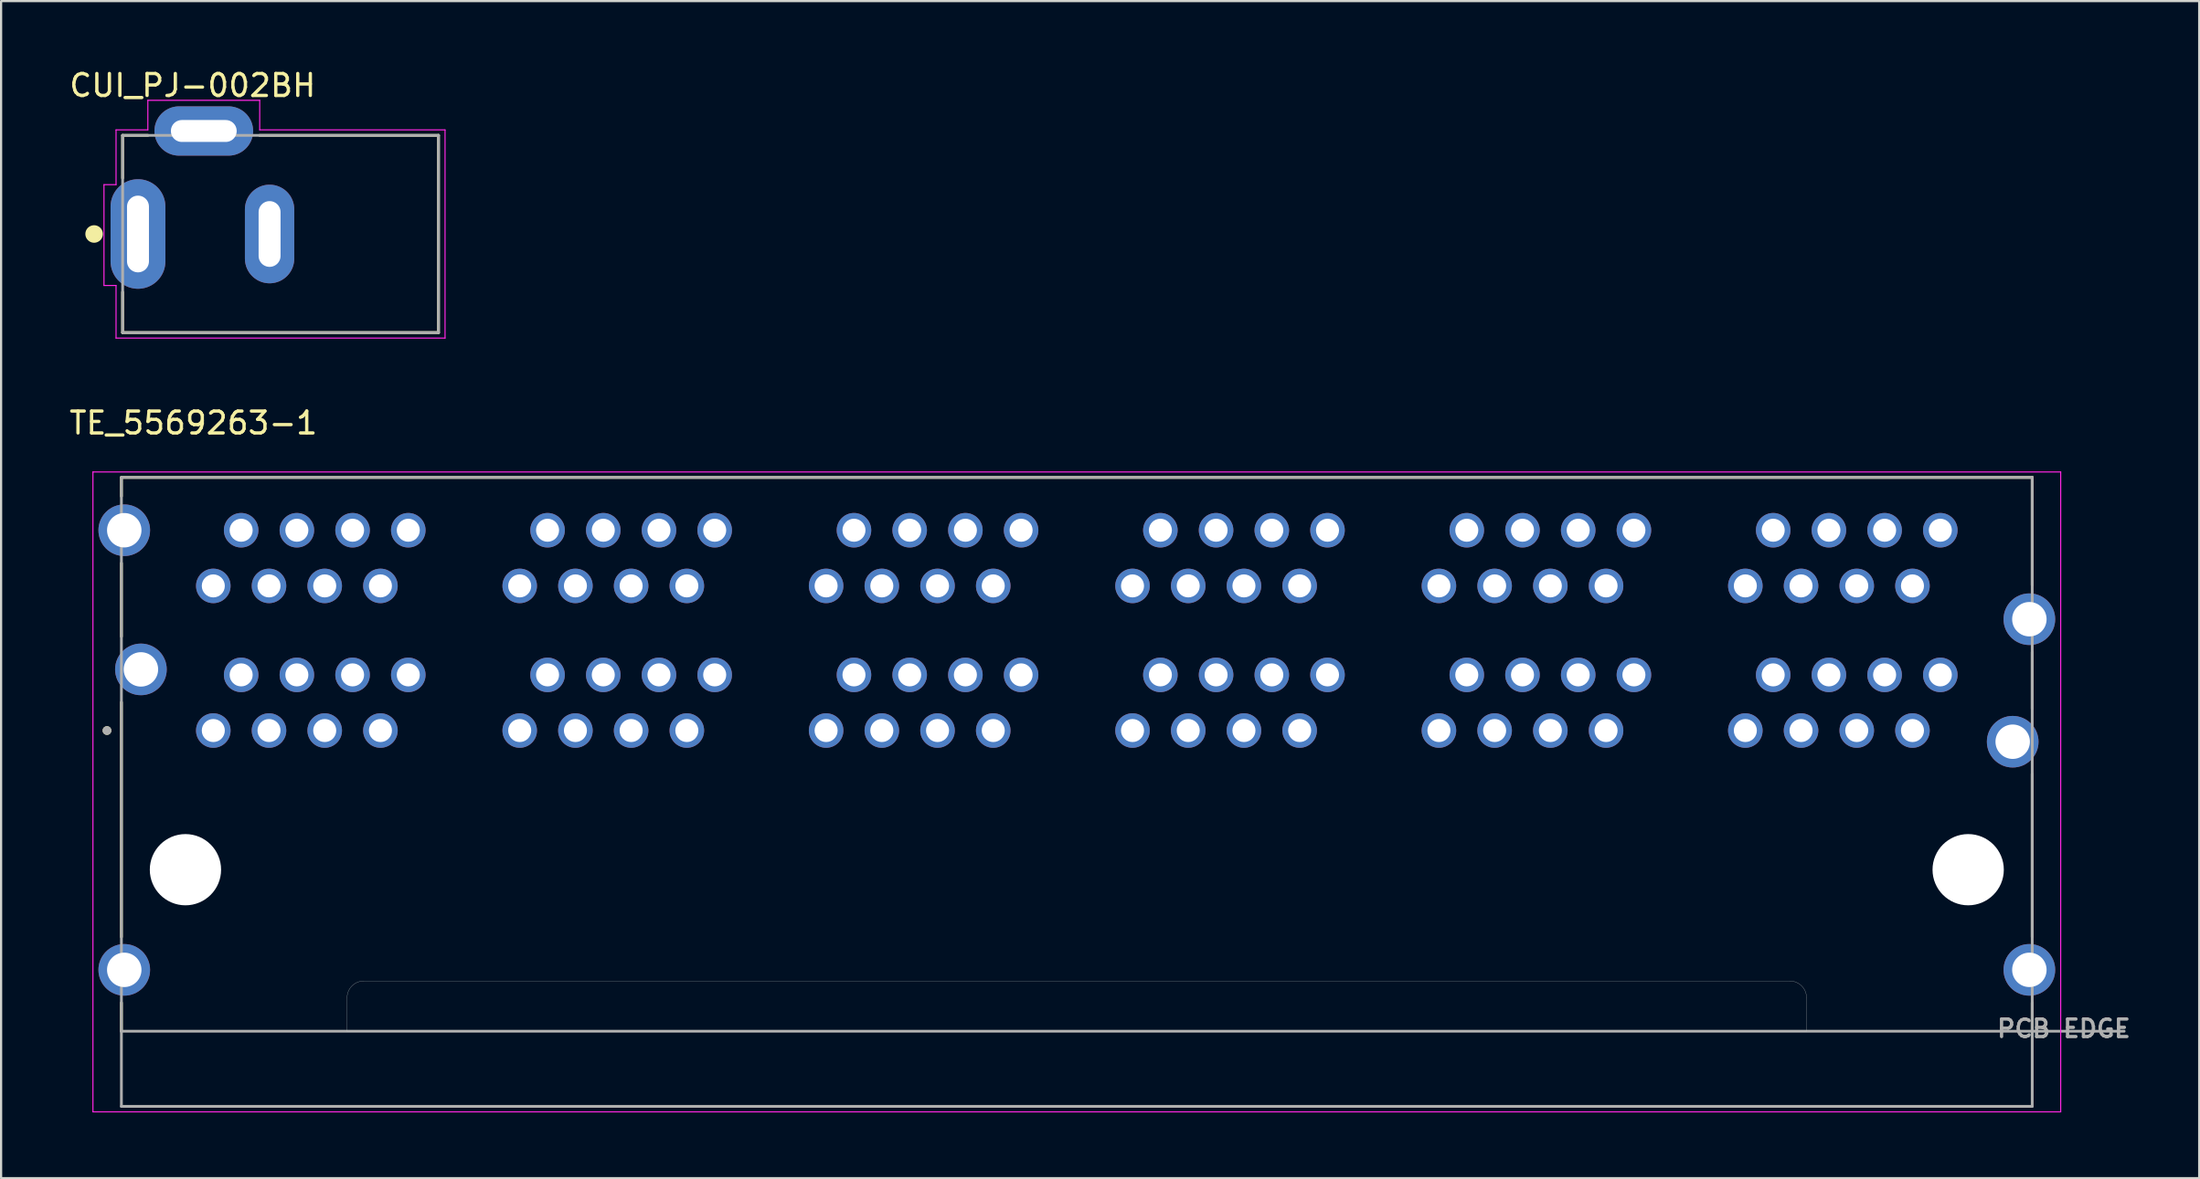
<source format=kicad_pcb>
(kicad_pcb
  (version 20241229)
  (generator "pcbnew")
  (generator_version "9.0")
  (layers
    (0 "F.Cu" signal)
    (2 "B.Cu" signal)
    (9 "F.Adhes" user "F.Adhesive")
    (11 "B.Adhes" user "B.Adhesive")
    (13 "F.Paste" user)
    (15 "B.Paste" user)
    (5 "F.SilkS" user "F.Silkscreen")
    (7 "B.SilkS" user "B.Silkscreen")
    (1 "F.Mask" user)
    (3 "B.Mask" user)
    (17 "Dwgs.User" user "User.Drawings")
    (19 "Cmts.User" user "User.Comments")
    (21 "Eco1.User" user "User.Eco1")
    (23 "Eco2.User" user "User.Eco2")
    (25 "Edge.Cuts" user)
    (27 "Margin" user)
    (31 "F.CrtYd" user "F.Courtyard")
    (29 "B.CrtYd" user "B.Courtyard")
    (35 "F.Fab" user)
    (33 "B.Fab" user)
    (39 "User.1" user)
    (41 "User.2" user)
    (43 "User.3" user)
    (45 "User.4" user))
  (footprint "TE_5569263-1"
    (layer "F.Cu")
    (at 46.045 36.635)
    (property "Reference" "TE_5569263-1" (at -40.277 -20.385 0) (layer "F.SilkS") (effects (font (size 1 1) (thickness 0.15))))
    (attr through_hole)
    (fp_line (start -43.56 -17.9) (end -43.56 -17.041) (stroke (width 0.127) (type solid)) (layer "F.SilkS"))
    (fp_line (start -43.56 -17.9) (end 43.56 -17.9) (stroke (width 0.127) (type solid)) (layer "F.SilkS"))
    (fp_line (start -43.56 -13.99) (end -43.56 -10.64) (stroke (width 0.127) (type solid)) (layer "F.SilkS"))
    (fp_line (start -43.56 -7.64) (end -43.56 3.07) (stroke (width 0.127) (type solid)) (layer "F.SilkS"))
    (fp_line (start -43.56 6.07) (end -43.56 7.37) (stroke (width 0.127) (type solid)) (layer "F.SilkS"))
    (fp_line (start 43.56 -17.9) (end 43.56 -12.981) (stroke (width 0.127) (type solid)) (layer "F.SilkS"))
    (fp_line (start 43.56 -9.93) (end 43.56 -7.34) (stroke (width 0.127) (type solid)) (layer "F.SilkS"))
    (fp_line (start 43.56 -4.37) (end 43.56 3.07) (stroke (width 0.127) (type solid)) (layer "F.SilkS"))
    (fp_line (start 43.56 6.07) (end 43.56 7.37) (stroke (width 0.127) (type solid)) (layer "F.SilkS"))
    (fp_circle (center -44.217 -6.35) (end -44.117 -6.35) (stroke (width 0.2) (type solid)) (fill no) (layer "F.SilkS"))
    (fp_line (start -33.27 7.37) (end -33.27 5.84) (stroke (width 0.01) (type solid)) (layer "Edge.Cuts"))
    (fp_line (start -32.51 5.08) (end 32.51 5.08) (stroke (width 0.01) (type solid)) (layer "Edge.Cuts"))
    (fp_line (start 33.27 5.84) (end 33.27 7.37) (stroke (width 0.01) (type solid)) (layer "Edge.Cuts"))
    (fp_line (start 33.27 7.37) (end -33.27 7.37) (stroke (width 0.01) (type solid)) (layer "Edge.Cuts"))
    (fp_arc (start -33.27 5.84) (mid -33.047401 5.302599) (end -32.51 5.08) (stroke (width 0.01) (type solid)) (layer "Edge.Cuts"))
    (fp_arc (start 32.51 5.08) (mid 33.047401 5.302599) (end 33.27 5.84) (stroke (width 0.01) (type solid)) (layer "Edge.Cuts"))
    (fp_line (start -44.858 -18.15) (end 44.858 -18.15) (stroke (width 0.05) (type solid)) (layer "F.CrtYd"))
    (fp_line (start -44.858 11.05) (end -44.858 -18.15) (stroke (width 0.05) (type solid)) (layer "F.CrtYd"))
    (fp_line (start 44.858 -18.15) (end 44.858 11.05) (stroke (width 0.05) (type solid)) (layer "F.CrtYd"))
    (fp_line (start 44.858 11.05) (end -44.858 11.05) (stroke (width 0.05) (type solid)) (layer "F.CrtYd"))
    (fp_line (start -43.56 -17.9) (end -43.56 7.37) (stroke (width 0.127) (type solid)) (layer "F.Fab"))
    (fp_line (start -43.56 -17.9) (end 43.56 -17.9) (stroke (width 0.127) (type solid)) (layer "F.Fab"))
    (fp_line (start -43.56 7.37) (end -43.56 10.8) (stroke (width 0.127) (type solid)) (layer "F.Fab"))
    (fp_line (start -43.56 7.37) (end 47.75 7.37) (stroke (width 0.127) (type solid)) (layer "F.Fab"))
    (fp_line (start -43.56 10.8) (end 43.56 10.8) (stroke (width 0.127) (type solid)) (layer "F.Fab"))
    (fp_line (start 43.56 -17.9) (end 43.56 10.8) (stroke (width 0.127) (type solid)) (layer "F.Fab"))
    (fp_circle (center -44.217 -6.35) (end -44.117 -6.35) (stroke (width 0.2) (type solid)) (fill no) (layer "F.Fab"))
    (fp_text user "PCB EDGE" (at 45 7.25 0) (layer "F.Fab") (effects (font (size 0.8 0.8) (thickness 0.15))))
    (pad "" np_thru_hole circle (at -40.64 0) (size 3.25 3.25) (drill 3.25) (layers "*.Cu" "*.Mask"))
    (pad "" np_thru_hole circle (at 40.64 0) (size 3.25 3.25) (drill 3.25) (layers "*.Cu" "*.Mask"))
    (pad "L1_1" thru_hole circle (at -39.37 -6.35) (size 1.575 1.575) (drill 1.05) (layers "*.Cu" "*.Mask"))
    (pad "L1_2" thru_hole circle (at -38.1 -8.89) (size 1.575 1.575) (drill 1.05) (layers "*.Cu" "*.Mask"))
    (pad "L1_3" thru_hole circle (at -36.83 -6.35) (size 1.575 1.575) (drill 1.05) (layers "*.Cu" "*.Mask"))
    (pad "L1_4" thru_hole circle (at -35.56 -8.89) (size 1.575 1.575) (drill 1.05) (layers "*.Cu" "*.Mask"))
    (pad "L1_5" thru_hole circle (at -34.29 -6.35) (size 1.575 1.575) (drill 1.05) (layers "*.Cu" "*.Mask"))
    (pad "L1_6" thru_hole circle (at -33.02 -8.89) (size 1.575 1.575) (drill 1.05) (layers "*.Cu" "*.Mask"))
    (pad "L1_7" thru_hole circle (at -31.75 -6.35) (size 1.575 1.575) (drill 1.05) (layers "*.Cu" "*.Mask"))
    (pad "L1_8" thru_hole circle (at -30.48 -8.89) (size 1.575 1.575) (drill 1.05) (layers "*.Cu" "*.Mask"))
    (pad "L2_1" thru_hole circle (at -25.4 -6.35) (size 1.575 1.575) (drill 1.05) (layers "*.Cu" "*.Mask"))
    (pad "L2_2" thru_hole circle (at -24.13 -8.89) (size 1.575 1.575) (drill 1.05) (layers "*.Cu" "*.Mask"))
    (pad "L2_3" thru_hole circle (at -22.86 -6.35) (size 1.575 1.575) (drill 1.05) (layers "*.Cu" "*.Mask"))
    (pad "L2_4" thru_hole circle (at -21.59 -8.89) (size 1.575 1.575) (drill 1.05) (layers "*.Cu" "*.Mask"))
    (pad "L2_5" thru_hole circle (at -20.32 -6.35) (size 1.575 1.575) (drill 1.05) (layers "*.Cu" "*.Mask"))
    (pad "L2_6" thru_hole circle (at -19.05 -8.89) (size 1.575 1.575) (drill 1.05) (layers "*.Cu" "*.Mask"))
    (pad "L2_7" thru_hole circle (at -17.78 -6.35) (size 1.575 1.575) (drill 1.05) (layers "*.Cu" "*.Mask"))
    (pad "L2_8" thru_hole circle (at -16.51 -8.89) (size 1.575 1.575) (drill 1.05) (layers "*.Cu" "*.Mask"))
    (pad "L3_1" thru_hole circle (at -11.43 -6.35) (size 1.575 1.575) (drill 1.05) (layers "*.Cu" "*.Mask"))
    (pad "L3_2" thru_hole circle (at -10.16 -8.89) (size 1.575 1.575) (drill 1.05) (layers "*.Cu" "*.Mask"))
    (pad "L3_3" thru_hole circle (at -8.89 -6.35) (size 1.575 1.575) (drill 1.05) (layers "*.Cu" "*.Mask"))
    (pad "L3_4" thru_hole circle (at -7.62 -8.89) (size 1.575 1.575) (drill 1.05) (layers "*.Cu" "*.Mask"))
    (pad "L3_5" thru_hole circle (at -6.35 -6.35) (size 1.575 1.575) (drill 1.05) (layers "*.Cu" "*.Mask"))
    (pad "L3_6" thru_hole circle (at -5.08 -8.89) (size 1.575 1.575) (drill 1.05) (layers "*.Cu" "*.Mask"))
    (pad "L3_7" thru_hole circle (at -3.81 -6.35) (size 1.575 1.575) (drill 1.05) (layers "*.Cu" "*.Mask"))
    (pad "L3_8" thru_hole circle (at -2.54 -8.89) (size 1.575 1.575) (drill 1.05) (layers "*.Cu" "*.Mask"))
    (pad "L4_1" thru_hole circle (at 2.54 -6.35) (size 1.575 1.575) (drill 1.05) (layers "*.Cu" "*.Mask"))
    (pad "L4_2" thru_hole circle (at 3.81 -8.89) (size 1.575 1.575) (drill 1.05) (layers "*.Cu" "*.Mask"))
    (pad "L4_3" thru_hole circle (at 5.08 -6.35) (size 1.575 1.575) (drill 1.05) (layers "*.Cu" "*.Mask"))
    (pad "L4_4" thru_hole circle (at 6.35 -8.89) (size 1.575 1.575) (drill 1.05) (layers "*.Cu" "*.Mask"))
    (pad "L4_5" thru_hole circle (at 7.62 -6.35) (size 1.575 1.575) (drill 1.05) (layers "*.Cu" "*.Mask"))
    (pad "L4_6" thru_hole circle (at 8.89 -8.89) (size 1.575 1.575) (drill 1.05) (layers "*.Cu" "*.Mask"))
    (pad "L4_7" thru_hole circle (at 10.16 -6.35) (size 1.575 1.575) (drill 1.05) (layers "*.Cu" "*.Mask"))
    (pad "L4_8" thru_hole circle (at 11.43 -8.89) (size 1.575 1.575) (drill 1.05) (layers "*.Cu" "*.Mask"))
    (pad "L5_1" thru_hole circle (at 16.51 -6.35) (size 1.575 1.575) (drill 1.05) (layers "*.Cu" "*.Mask"))
    (pad "L5_2" thru_hole circle (at 17.78 -8.89) (size 1.575 1.575) (drill 1.05) (layers "*.Cu" "*.Mask"))
    (pad "L5_3" thru_hole circle (at 19.05 -6.35) (size 1.575 1.575) (drill 1.05) (layers "*.Cu" "*.Mask"))
    (pad "L5_4" thru_hole circle (at 20.32 -8.89) (size 1.575 1.575) (drill 1.05) (layers "*.Cu" "*.Mask"))
    (pad "L5_5" thru_hole circle (at 21.59 -6.35) (size 1.575 1.575) (drill 1.05) (layers "*.Cu" "*.Mask"))
    (pad "L5_6" thru_hole circle (at 22.86 -8.89) (size 1.575 1.575) (drill 1.05) (layers "*.Cu" "*.Mask"))
    (pad "L5_7" thru_hole circle (at 24.13 -6.35) (size 1.575 1.575) (drill 1.05) (layers "*.Cu" "*.Mask"))
    (pad "L5_8" thru_hole circle (at 25.4 -8.89) (size 1.575 1.575) (drill 1.05) (layers "*.Cu" "*.Mask"))
    (pad "L6_1" thru_hole circle (at 30.48 -6.35) (size 1.575 1.575) (drill 1.05) (layers "*.Cu" "*.Mask"))
    (pad "L6_2" thru_hole circle (at 31.75 -8.89) (size 1.575 1.575) (drill 1.05) (layers "*.Cu" "*.Mask"))
    (pad "L6_3" thru_hole circle (at 33.02 -6.35) (size 1.575 1.575) (drill 1.05) (layers "*.Cu" "*.Mask"))
    (pad "L6_4" thru_hole circle (at 34.29 -8.89) (size 1.575 1.575) (drill 1.05) (layers "*.Cu" "*.Mask"))
    (pad "L6_5" thru_hole circle (at 35.56 -6.35) (size 1.575 1.575) (drill 1.05) (layers "*.Cu" "*.Mask"))
    (pad "L6_6" thru_hole circle (at 36.83 -8.89) (size 1.575 1.575) (drill 1.05) (layers "*.Cu" "*.Mask"))
    (pad "L6_7" thru_hole circle (at 38.1 -6.35) (size 1.575 1.575) (drill 1.05) (layers "*.Cu" "*.Mask"))
    (pad "L6_8" thru_hole circle (at 39.37 -8.89) (size 1.575 1.575) (drill 1.05) (layers "*.Cu" "*.Mask"))
    (pad "SH1" thru_hole circle (at -43.43 4.57) (size 2.355 2.355) (drill 1.57) (layers "*.Cu" "*.Mask"))
    (pad "SH2" thru_hole circle (at 43.43 4.57) (size 2.355 2.355) (drill 1.57) (layers "*.Cu" "*.Mask"))
    (pad "SH3" thru_hole circle (at -42.67 -9.14) (size 2.355 2.355) (drill 1.57) (layers "*.Cu" "*.Mask"))
    (pad "SH4" thru_hole circle (at 42.67 -5.84) (size 2.355 2.355) (drill 1.57) (layers "*.Cu" "*.Mask"))
    (pad "SH5" thru_hole circle (at -43.43 -15.49) (size 2.355 2.355) (drill 1.57) (layers "*.Cu" "*.Mask"))
    (pad "SH6" thru_hole circle (at 43.43 -11.43) (size 2.355 2.355) (drill 1.57) (layers "*.Cu" "*.Mask"))
    (pad "U1_1" thru_hole circle (at -30.48 -15.49) (size 1.575 1.575) (drill 1.05) (layers "*.Cu" "*.Mask"))
    (pad "U1_2" thru_hole circle (at -31.75 -12.95) (size 1.575 1.575) (drill 1.05) (layers "*.Cu" "*.Mask"))
    (pad "U1_3" thru_hole circle (at -33.02 -15.49) (size 1.575 1.575) (drill 1.05) (layers "*.Cu" "*.Mask"))
    (pad "U1_4" thru_hole circle (at -34.29 -12.95) (size 1.575 1.575) (drill 1.05) (layers "*.Cu" "*.Mask"))
    (pad "U1_5" thru_hole circle (at -35.56 -15.49) (size 1.575 1.575) (drill 1.05) (layers "*.Cu" "*.Mask"))
    (pad "U1_6" thru_hole circle (at -36.83 -12.95) (size 1.575 1.575) (drill 1.05) (layers "*.Cu" "*.Mask"))
    (pad "U1_7" thru_hole circle (at -38.1 -15.49) (size 1.575 1.575) (drill 1.05) (layers "*.Cu" "*.Mask"))
    (pad "U1_8" thru_hole circle (at -39.37 -12.95) (size 1.575 1.575) (drill 1.05) (layers "*.Cu" "*.Mask"))
    (pad "U2_1" thru_hole circle (at -16.51 -15.49) (size 1.575 1.575) (drill 1.05) (layers "*.Cu" "*.Mask"))
    (pad "U2_2" thru_hole circle (at -17.78 -12.95) (size 1.575 1.575) (drill 1.05) (layers "*.Cu" "*.Mask"))
    (pad "U2_3" thru_hole circle (at -19.05 -15.49) (size 1.575 1.575) (drill 1.05) (layers "*.Cu" "*.Mask"))
    (pad "U2_4" thru_hole circle (at -20.32 -12.95) (size 1.575 1.575) (drill 1.05) (layers "*.Cu" "*.Mask"))
    (pad "U2_5" thru_hole circle (at -21.59 -15.49) (size 1.575 1.575) (drill 1.05) (layers "*.Cu" "*.Mask"))
    (pad "U2_6" thru_hole circle (at -22.86 -12.95) (size 1.575 1.575) (drill 1.05) (layers "*.Cu" "*.Mask"))
    (pad "U2_7" thru_hole circle (at -24.13 -15.49) (size 1.575 1.575) (drill 1.05) (layers "*.Cu" "*.Mask"))
    (pad "U2_8" thru_hole circle (at -25.4 -12.95) (size 1.575 1.575) (drill 1.05) (layers "*.Cu" "*.Mask"))
    (pad "U3_1" thru_hole circle (at -2.54 -15.49) (size 1.575 1.575) (drill 1.05) (layers "*.Cu" "*.Mask"))
    (pad "U3_2" thru_hole circle (at -3.81 -12.95) (size 1.575 1.575) (drill 1.05) (layers "*.Cu" "*.Mask"))
    (pad "U3_3" thru_hole circle (at -5.08 -15.49) (size 1.575 1.575) (drill 1.05) (layers "*.Cu" "*.Mask"))
    (pad "U3_4" thru_hole circle (at -6.35 -12.95) (size 1.575 1.575) (drill 1.05) (layers "*.Cu" "*.Mask"))
    (pad "U3_5" thru_hole circle (at -7.62 -15.49) (size 1.575 1.575) (drill 1.05) (layers "*.Cu" "*.Mask"))
    (pad "U3_6" thru_hole circle (at -8.89 -12.95) (size 1.575 1.575) (drill 1.05) (layers "*.Cu" "*.Mask"))
    (pad "U3_7" thru_hole circle (at -10.16 -15.49) (size 1.575 1.575) (drill 1.05) (layers "*.Cu" "*.Mask"))
    (pad "U3_8" thru_hole circle (at -11.43 -12.95) (size 1.575 1.575) (drill 1.05) (layers "*.Cu" "*.Mask"))
    (pad "U4_1" thru_hole circle (at 11.43 -15.49) (size 1.575 1.575) (drill 1.05) (layers "*.Cu" "*.Mask"))
    (pad "U4_2" thru_hole circle (at 10.16 -12.95) (size 1.575 1.575) (drill 1.05) (layers "*.Cu" "*.Mask"))
    (pad "U4_3" thru_hole circle (at 8.89 -15.49) (size 1.575 1.575) (drill 1.05) (layers "*.Cu" "*.Mask"))
    (pad "U4_4" thru_hole circle (at 7.62 -12.95) (size 1.575 1.575) (drill 1.05) (layers "*.Cu" "*.Mask"))
    (pad "U4_5" thru_hole circle (at 6.35 -15.49) (size 1.575 1.575) (drill 1.05) (layers "*.Cu" "*.Mask"))
    (pad "U4_6" thru_hole circle (at 5.08 -12.95) (size 1.575 1.575) (drill 1.05) (layers "*.Cu" "*.Mask"))
    (pad "U4_7" thru_hole circle (at 3.81 -15.49) (size 1.575 1.575) (drill 1.05) (layers "*.Cu" "*.Mask"))
    (pad "U4_8" thru_hole circle (at 2.54 -12.95) (size 1.575 1.575) (drill 1.05) (layers "*.Cu" "*.Mask"))
    (pad "U5_1" thru_hole circle (at 25.4 -15.49) (size 1.575 1.575) (drill 1.05) (layers "*.Cu" "*.Mask"))
    (pad "U5_2" thru_hole circle (at 24.13 -12.95) (size 1.575 1.575) (drill 1.05) (layers "*.Cu" "*.Mask"))
    (pad "U5_3" thru_hole circle (at 22.86 -15.49) (size 1.575 1.575) (drill 1.05) (layers "*.Cu" "*.Mask"))
    (pad "U5_4" thru_hole circle (at 21.59 -12.95) (size 1.575 1.575) (drill 1.05) (layers "*.Cu" "*.Mask"))
    (pad "U5_5" thru_hole circle (at 20.32 -15.49) (size 1.575 1.575) (drill 1.05) (layers "*.Cu" "*.Mask"))
    (pad "U5_6" thru_hole circle (at 19.05 -12.95) (size 1.575 1.575) (drill 1.05) (layers "*.Cu" "*.Mask"))
    (pad "U5_7" thru_hole circle (at 17.78 -15.49) (size 1.575 1.575) (drill 1.05) (layers "*.Cu" "*.Mask"))
    (pad "U5_8" thru_hole circle (at 16.51 -12.95) (size 1.575 1.575) (drill 1.05) (layers "*.Cu" "*.Mask"))
    (pad "U6_1" thru_hole circle (at 39.37 -15.49) (size 1.575 1.575) (drill 1.05) (layers "*.Cu" "*.Mask"))
    (pad "U6_2" thru_hole circle (at 38.1 -12.95) (size 1.575 1.575) (drill 1.05) (layers "*.Cu" "*.Mask"))
    (pad "U6_3" thru_hole circle (at 36.83 -15.49) (size 1.575 1.575) (drill 1.05) (layers "*.Cu" "*.Mask"))
    (pad "U6_4" thru_hole circle (at 35.56 -12.95) (size 1.575 1.575) (drill 1.05) (layers "*.Cu" "*.Mask"))
    (pad "U6_5" thru_hole circle (at 34.29 -15.49) (size 1.575 1.575) (drill 1.05) (layers "*.Cu" "*.Mask"))
    (pad "U6_6" thru_hole circle (at 33.02 -12.95) (size 1.575 1.575) (drill 1.05) (layers "*.Cu" "*.Mask"))
    (pad "U6_7" thru_hole circle (at 31.75 -15.49) (size 1.575 1.575) (drill 1.05) (layers "*.Cu" "*.Mask"))
    (pad "U6_8" thru_hole circle (at 30.48 -12.95) (size 1.575 1.575) (drill 1.05) (layers "*.Cu" "*.Mask")))
  (footprint "CUI_PJ-002BH"
    (layer "F.Cu")
    (at 3.241 7.627)
    (property "Reference" "CUI_PJ-002BH" (at 2.49 -6.778 0) (layer "F.SilkS") (effects (font (size 1.002 1.002) (thickness 0.15))))
    (attr through_hole)
    (fp_line (start -0.7 -4.5) (end 0.45 -4.5) (stroke (width 0.127) (type solid)) (layer "F.SilkS"))
    (fp_line (start -0.7 -2.55) (end -0.7 -4.5) (stroke (width 0.127) (type solid)) (layer "F.SilkS"))
    (fp_line (start -0.7 4.5) (end -0.7 2.65) (stroke (width 0.127) (type solid)) (layer "F.SilkS"))
    (fp_line (start 5.55 -4.5) (end 13.7 -4.5) (stroke (width 0.127) (type solid)) (layer "F.SilkS"))
    (fp_line (start 13.7 -4.5) (end 13.7 4.5) (stroke (width 0.127) (type solid)) (layer "F.SilkS"))
    (fp_line (start 13.7 4.5) (end -0.7 4.5) (stroke (width 0.127) (type solid)) (layer "F.SilkS"))
    (fp_circle (center -2 0) (end -1.8 0) (stroke (width 0.4) (type solid)) (fill no) (layer "F.SilkS"))
    (fp_line (start -1.55 -2.25) (end -1.55 2.35) (stroke (width 0.05) (type solid)) (layer "F.CrtYd"))
    (fp_line (start -1.55 2.35) (end -1 2.35) (stroke (width 0.05) (type solid)) (layer "F.CrtYd"))
    (fp_line (start -1 -4.75) (end 0.45 -4.75) (stroke (width 0.05) (type solid)) (layer "F.CrtYd"))
    (fp_line (start -1 -2.25) (end -1.55 -2.25) (stroke (width 0.05) (type solid)) (layer "F.CrtYd"))
    (fp_line (start -1 -2.25) (end -1 -4.75) (stroke (width 0.05) (type solid)) (layer "F.CrtYd"))
    (fp_line (start -1 4.75) (end -1 2.35) (stroke (width 0.05) (type solid)) (layer "F.CrtYd"))
    (fp_line (start 0.45 -6.1) (end 5.55 -6.1) (stroke (width 0.05) (type solid)) (layer "F.CrtYd"))
    (fp_line (start 0.45 -4.75) (end 0.45 -6.1) (stroke (width 0.05) (type solid)) (layer "F.CrtYd"))
    (fp_line (start 5.55 -6.1) (end 5.55 -4.75) (stroke (width 0.05) (type solid)) (layer "F.CrtYd"))
    (fp_line (start 5.55 -4.75) (end 14 -4.75) (stroke (width 0.05) (type solid)) (layer "F.CrtYd"))
    (fp_line (start 14 -4.75) (end 14 4.75) (stroke (width 0.05) (type solid)) (layer "F.CrtYd"))
    (fp_line (start 14 4.75) (end -1 4.75) (stroke (width 0.05) (type solid)) (layer "F.CrtYd"))
    (fp_line (start -0.7 -4.5) (end 13.7 -4.5) (stroke (width 0.127) (type solid)) (layer "F.Fab"))
    (fp_line (start -0.7 4.5) (end -0.7 -4.5) (stroke (width 0.127) (type solid)) (layer "F.Fab"))
    (fp_line (start 13.7 -4.5) (end 13.7 4.5) (stroke (width 0.127) (type solid)) (layer "F.Fab"))
    (fp_line (start 13.7 4.5) (end -0.7 4.5) (stroke (width 0.127) (type solid)) (layer "F.Fab"))
    (pad "1" thru_hole oval (at 0 0) (size 2.5 5) (drill oval 1 3.5) (layers "*.Cu" "*.Mask"))
    (pad "2" thru_hole oval (at 6 0) (size 2.25 4.5) (drill oval 1 3) (layers "*.Cu" "*.Mask"))
    (pad "3" thru_hole oval (at 3 -4.7) (size 4.5 2.25) (drill oval 3 1) (layers "*.Cu" "*.Mask")))
  (gr_rect
    (start -3 -3)
    (end 97.218 50.71)
    (stroke (width 0.1) (type default))
    (fill no)
    (layer "Edge.Cuts")))
</source>
